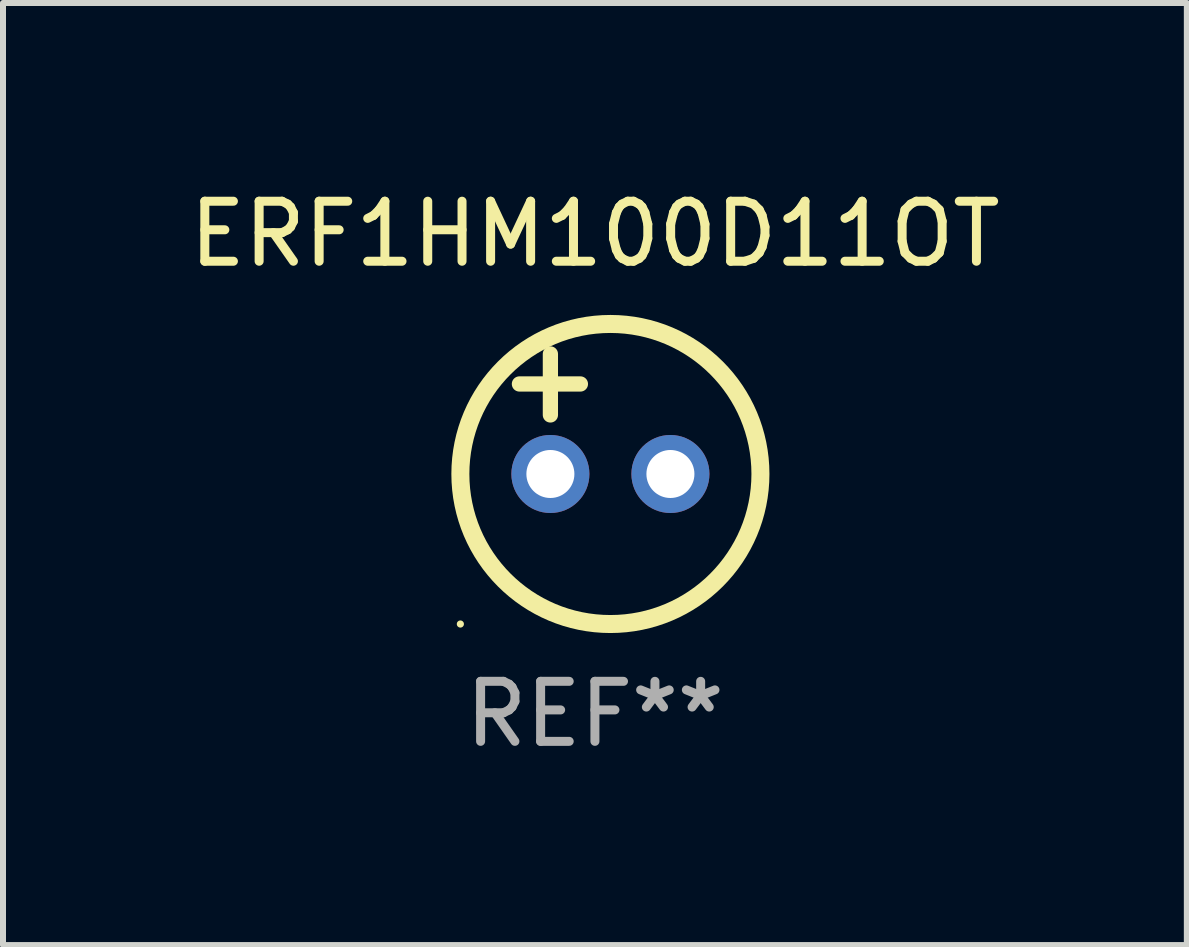
<source format=kicad_pcb>
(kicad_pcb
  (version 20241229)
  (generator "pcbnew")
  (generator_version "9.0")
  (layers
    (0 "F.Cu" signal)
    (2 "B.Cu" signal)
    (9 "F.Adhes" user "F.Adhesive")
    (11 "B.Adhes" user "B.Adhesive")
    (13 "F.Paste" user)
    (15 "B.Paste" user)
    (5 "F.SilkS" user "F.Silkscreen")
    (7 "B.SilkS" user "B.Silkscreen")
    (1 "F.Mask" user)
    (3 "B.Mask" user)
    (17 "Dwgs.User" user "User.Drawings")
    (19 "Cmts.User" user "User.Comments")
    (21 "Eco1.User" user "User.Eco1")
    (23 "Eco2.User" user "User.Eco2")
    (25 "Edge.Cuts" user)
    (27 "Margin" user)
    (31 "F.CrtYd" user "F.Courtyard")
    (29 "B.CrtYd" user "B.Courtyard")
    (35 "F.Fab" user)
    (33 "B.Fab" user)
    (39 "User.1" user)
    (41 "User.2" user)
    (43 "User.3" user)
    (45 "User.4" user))
  (footprint "ERF1HM100D11OT"
    (layer "F.Cu")
    (at 6.863 3.848)
    (property "Reference" "ERF1HM100D11OT" (at 0 -3 0) (layer "F.SilkS") (effects (font (size 1 1) (thickness 0.15))))
    (attr through_hole)
    (fp_line (start -1.258 -0.5) (end -0.242 -0.5) (stroke (width 0.254) (type solid)) (layer "F.SilkS"))
    (fp_line (start -0.742 -1) (end -0.742 0.016) (stroke (width 0.254) (type solid)) (layer "F.SilkS"))
    (fp_circle (center -2.242 3.5) (end -2.212 3.5) (stroke (width 0.06) (type solid)) (fill no) (layer "F.SilkS"))
    (fp_circle (center 0.258 1) (end 2.758 1) (stroke (width 0.3) (type solid)) (fill no) (layer "F.SilkS"))
    (fp_text user "REF**" (at 0 5 0) (layer "F.Fab") (effects (font (size 1 1) (thickness 0.15))))
    (pad "1" thru_hole circle (at -0.742 1) (size 1.3 1.3) (drill 0.8) (layers "*.Cu" "*.Mask"))
    (pad "2" thru_hole circle (at 1.258 1) (size 1.3 1.3) (drill 0.8) (layers "*.Cu" "*.Mask")))
  (gr_rect
    (start -3 -3)
    (end 16.726 12.697)
    (stroke (width 0.1) (type default))
    (fill no)
    (layer "Edge.Cuts")))
</source>
